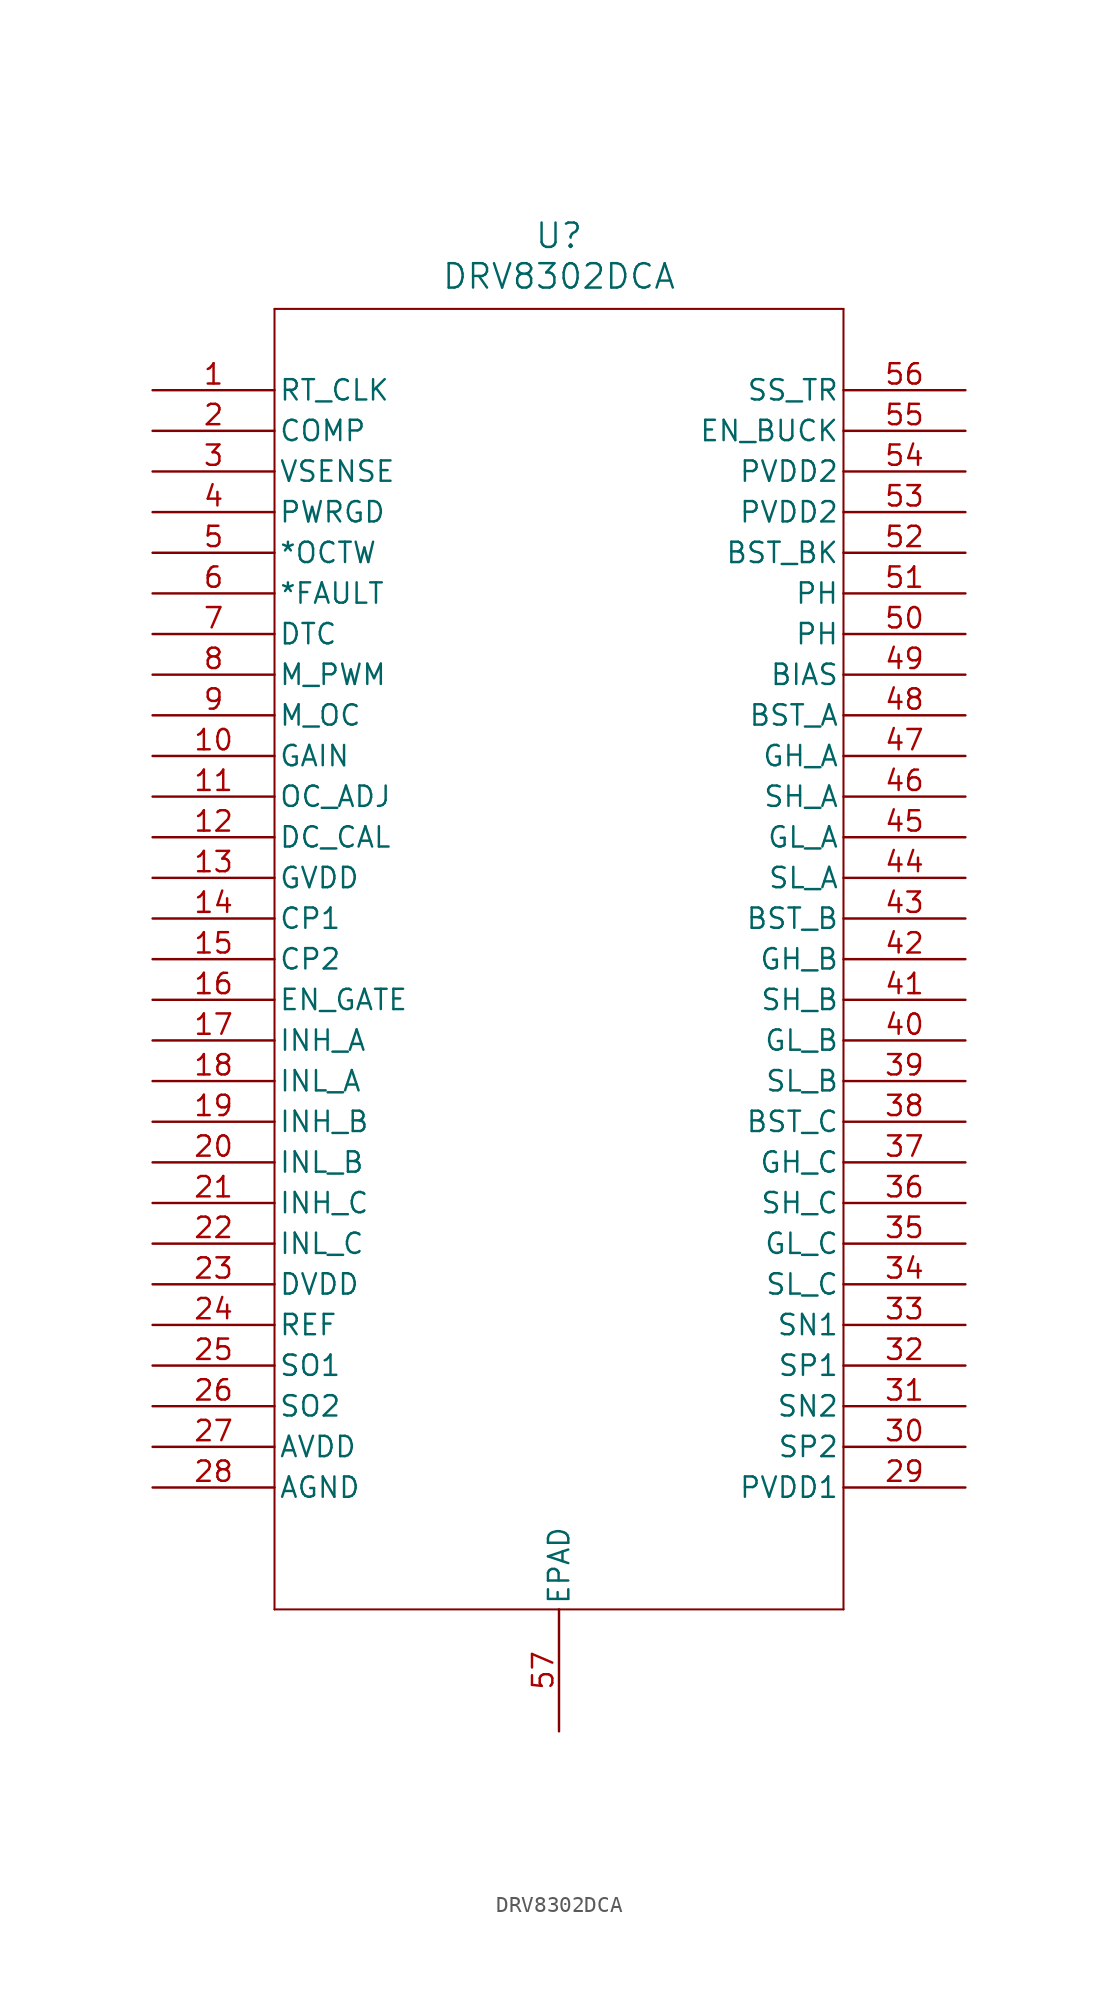
<source format=kicad_sym>
(kicad_symbol_lib
  (version 20231120)
  (generator "kicad_symbol_editor")
  (generator_version "8.0")
  (symbol "DRV8302DCA"
    (pin_names
      (offset 0.254))
    (property "Reference" "U"
      (at 25.4 9.652 0)
      (effects (font (size 1.524 1.524))))
    (property "Value" "DRV8302DCA"
      (at 25.4 7.112 0)
      (effects (font (size 1.524 1.524))))
    (property "ki_locked" ""
      (at 0 0 0)
      (effects (font (size 1.27 1.27))))
    (symbol "DRV8302DCA_0_1"
      (polyline (pts (xy 7.62 -76.2) (xy 43.18 -76.2)) (stroke (width 0.127) (type default)) (fill (type none)))
      (polyline (pts (xy 7.62 5.08) (xy 7.62 -76.2)) (stroke (width 0.127) (type default)) (fill (type none)))
      (polyline (pts (xy 43.18 -76.2) (xy 43.18 5.08)) (stroke (width 0.127) (type default)) (fill (type none)))
      (polyline (pts (xy 43.18 5.08) (xy 7.62 5.08)) (stroke (width 0.127) (type default)) (fill (type none)))
      (pin input line (at 0 0 0) (length 7.62) (name "RT_CLK" (effects (font (size 1.27 1.27)))) (number "1" (effects (font (size 1.27 1.27)))))
      (pin output line (at 0 -22.86 0) (length 7.62) (name "GAIN" (effects (font (size 1.27 1.27)))) (number "10" (effects (font (size 1.27 1.27)))))
      (pin input line (at 0 -25.4 0) (length 7.62) (name "OC_ADJ" (effects (font (size 1.27 1.27)))) (number "11" (effects (font (size 1.27 1.27)))))
      (pin input line (at 0 -27.94 0) (length 7.62) (name "DC_CAL" (effects (font (size 1.27 1.27)))) (number "12" (effects (font (size 1.27 1.27)))))
      (pin power_in line (at 0 -30.48 0) (length 7.62) (name "GVDD" (effects (font (size 1.27 1.27)))) (number "13" (effects (font (size 1.27 1.27)))))
      (pin power_in line (at 0 -33.02 0) (length 7.62) (name "CP1" (effects (font (size 1.27 1.27)))) (number "14" (effects (font (size 1.27 1.27)))))
      (pin power_in line (at 0 -35.56 0) (length 7.62) (name "CP2" (effects (font (size 1.27 1.27)))) (number "15" (effects (font (size 1.27 1.27)))))
      (pin input line (at 0 -38.1 0) (length 7.62) (name "EN_GATE" (effects (font (size 1.27 1.27)))) (number "16" (effects (font (size 1.27 1.27)))))
      (pin input line (at 0 -40.64 0) (length 7.62) (name "INH_A" (effects (font (size 1.27 1.27)))) (number "17" (effects (font (size 1.27 1.27)))))
      (pin input line (at 0 -43.18 0) (length 7.62) (name "INL_A" (effects (font (size 1.27 1.27)))) (number "18" (effects (font (size 1.27 1.27)))))
      (pin input line (at 0 -45.72 0) (length 7.62) (name "INH_B" (effects (font (size 1.27 1.27)))) (number "19" (effects (font (size 1.27 1.27)))))
      (pin output line (at 0 -2.54 0) (length 7.62) (name "COMP" (effects (font (size 1.27 1.27)))) (number "2" (effects (font (size 1.27 1.27)))))
      (pin input line (at 0 -48.26 0) (length 7.62) (name "INL_B" (effects (font (size 1.27 1.27)))) (number "20" (effects (font (size 1.27 1.27)))))
      (pin input line (at 0 -50.8 0) (length 7.62) (name "INH_C" (effects (font (size 1.27 1.27)))) (number "21" (effects (font (size 1.27 1.27)))))
      (pin input line (at 0 -53.34 0) (length 7.62) (name "INL_C" (effects (font (size 1.27 1.27)))) (number "22" (effects (font (size 1.27 1.27)))))
      (pin power_in line (at 0 -55.88 0) (length 7.62) (name "DVDD" (effects (font (size 1.27 1.27)))) (number "23" (effects (font (size 1.27 1.27)))))
      (pin input line (at 0 -58.42 0) (length 7.62) (name "REF" (effects (font (size 1.27 1.27)))) (number "24" (effects (font (size 1.27 1.27)))))
      (pin output line (at 0 -60.96 0) (length 7.62) (name "SO1" (effects (font (size 1.27 1.27)))) (number "25" (effects (font (size 1.27 1.27)))))
      (pin output line (at 0 -63.5 0) (length 7.62) (name "SO2" (effects (font (size 1.27 1.27)))) (number "26" (effects (font (size 1.27 1.27)))))
      (pin power_in line (at 0 -66.04 0) (length 7.62) (name "AVDD" (effects (font (size 1.27 1.27)))) (number "27" (effects (font (size 1.27 1.27)))))
      (pin power_in line (at 0 -68.58 0) (length 7.62) (name "AGND" (effects (font (size 1.27 1.27)))) (number "28" (effects (font (size 1.27 1.27)))))
      (pin power_in line (at 50.8 -68.58 180) (length 7.62) (name "PVDD1" (effects (font (size 1.27 1.27)))) (number "29" (effects (font (size 1.27 1.27)))))
      (pin input line (at 0 -5.08 0) (length 7.62) (name "VSENSE" (effects (font (size 1.27 1.27)))) (number "3" (effects (font (size 1.27 1.27)))))
      (pin input line (at 50.8 -66.04 180) (length 7.62) (name "SP2" (effects (font (size 1.27 1.27)))) (number "30" (effects (font (size 1.27 1.27)))))
      (pin input line (at 50.8 -63.5 180) (length 7.62) (name "SN2" (effects (font (size 1.27 1.27)))) (number "31" (effects (font (size 1.27 1.27)))))
      (pin input line (at 50.8 -60.96 180) (length 7.62) (name "SP1" (effects (font (size 1.27 1.27)))) (number "32" (effects (font (size 1.27 1.27)))))
      (pin input line (at 50.8 -58.42 180) (length 7.62) (name "SN1" (effects (font (size 1.27 1.27)))) (number "33" (effects (font (size 1.27 1.27)))))
      (pin input line (at 50.8 -55.88 180) (length 7.62) (name "SL_C" (effects (font (size 1.27 1.27)))) (number "34" (effects (font (size 1.27 1.27)))))
      (pin output line (at 50.8 -53.34 180) (length 7.62) (name "GL_C" (effects (font (size 1.27 1.27)))) (number "35" (effects (font (size 1.27 1.27)))))
      (pin input line (at 50.8 -50.8 180) (length 7.62) (name "SH_C" (effects (font (size 1.27 1.27)))) (number "36" (effects (font (size 1.27 1.27)))))
      (pin output line (at 50.8 -48.26 180) (length 7.62) (name "GH_C" (effects (font (size 1.27 1.27)))) (number "37" (effects (font (size 1.27 1.27)))))
      (pin power_in line (at 50.8 -45.72 180) (length 7.62) (name "BST_C" (effects (font (size 1.27 1.27)))) (number "38" (effects (font (size 1.27 1.27)))))
      (pin input line (at 50.8 -43.18 180) (length 7.62) (name "SL_B" (effects (font (size 1.27 1.27)))) (number "39" (effects (font (size 1.27 1.27)))))
      (pin input line (at 0 -7.62 0) (length 7.62) (name "PWRGD" (effects (font (size 1.27 1.27)))) (number "4" (effects (font (size 1.27 1.27)))))
      (pin output line (at 50.8 -40.64 180) (length 7.62) (name "GL_B" (effects (font (size 1.27 1.27)))) (number "40" (effects (font (size 1.27 1.27)))))
      (pin input line (at 50.8 -38.1 180) (length 7.62) (name "SH_B" (effects (font (size 1.27 1.27)))) (number "41" (effects (font (size 1.27 1.27)))))
      (pin output line (at 50.8 -35.56 180) (length 7.62) (name "GH_B" (effects (font (size 1.27 1.27)))) (number "42" (effects (font (size 1.27 1.27)))))
      (pin power_in line (at 50.8 -33.02 180) (length 7.62) (name "BST_B" (effects (font (size 1.27 1.27)))) (number "43" (effects (font (size 1.27 1.27)))))
      (pin input line (at 50.8 -30.48 180) (length 7.62) (name "SL_A" (effects (font (size 1.27 1.27)))) (number "44" (effects (font (size 1.27 1.27)))))
      (pin output line (at 50.8 -27.94 180) (length 7.62) (name "GL_A" (effects (font (size 1.27 1.27)))) (number "45" (effects (font (size 1.27 1.27)))))
      (pin input line (at 50.8 -25.4 180) (length 7.62) (name "SH_A" (effects (font (size 1.27 1.27)))) (number "46" (effects (font (size 1.27 1.27)))))
      (pin output line (at 50.8 -22.86 180) (length 7.62) (name "GH_A" (effects (font (size 1.27 1.27)))) (number "47" (effects (font (size 1.27 1.27)))))
      (pin power_in line (at 50.8 -20.32 180) (length 7.62) (name "BST_A" (effects (font (size 1.27 1.27)))) (number "48" (effects (font (size 1.27 1.27)))))
      (pin input line (at 50.8 -17.78 180) (length 7.62) (name "BIAS" (effects (font (size 1.27 1.27)))) (number "49" (effects (font (size 1.27 1.27)))))
      (pin output line (at 0 -10.16 0) (length 7.62) (name "*OCTW" (effects (font (size 1.27 1.27)))) (number "5" (effects (font (size 1.27 1.27)))))
      (pin output line (at 50.8 -15.24 180) (length 7.62) (name "PH" (effects (font (size 1.27 1.27)))) (number "50" (effects (font (size 1.27 1.27)))))
      (pin output line (at 50.8 -12.7 180) (length 7.62) (name "PH" (effects (font (size 1.27 1.27)))) (number "51" (effects (font (size 1.27 1.27)))))
      (pin power_in line (at 50.8 -10.16 180) (length 7.62) (name "BST_BK" (effects (font (size 1.27 1.27)))) (number "52" (effects (font (size 1.27 1.27)))))
      (pin power_in line (at 50.8 -7.62 180) (length 7.62) (name "PVDD2" (effects (font (size 1.27 1.27)))) (number "53" (effects (font (size 1.27 1.27)))))
      (pin power_in line (at 50.8 -5.08 180) (length 7.62) (name "PVDD2" (effects (font (size 1.27 1.27)))) (number "54" (effects (font (size 1.27 1.27)))))
      (pin input line (at 50.8 -2.54 180) (length 7.62) (name "EN_BUCK" (effects (font (size 1.27 1.27)))) (number "55" (effects (font (size 1.27 1.27)))))
      (pin input line (at 50.8 0 180) (length 7.62) (name "SS_TR" (effects (font (size 1.27 1.27)))) (number "56" (effects (font (size 1.27 1.27)))))
      (pin unspecified line (at 25.4 -83.82 90) (length 7.62) (name "EPAD" (effects (font (size 1.27 1.27)))) (number "57" (effects (font (size 1.27 1.27)))))
      (pin output line (at 0 -12.7 0) (length 7.62) (name "*FAULT" (effects (font (size 1.27 1.27)))) (number "6" (effects (font (size 1.27 1.27)))))
      (pin input line (at 0 -15.24 0) (length 7.62) (name "DTC" (effects (font (size 1.27 1.27)))) (number "7" (effects (font (size 1.27 1.27)))))
      (pin input line (at 0 -17.78 0) (length 7.62) (name "M_PWM" (effects (font (size 1.27 1.27)))) (number "8" (effects (font (size 1.27 1.27)))))
      (pin input line (at 0 -20.32 0) (length 7.62) (name "M_OC" (effects (font (size 1.27 1.27)))) (number "9" (effects (font (size 1.27 1.27))))))))
</source>
